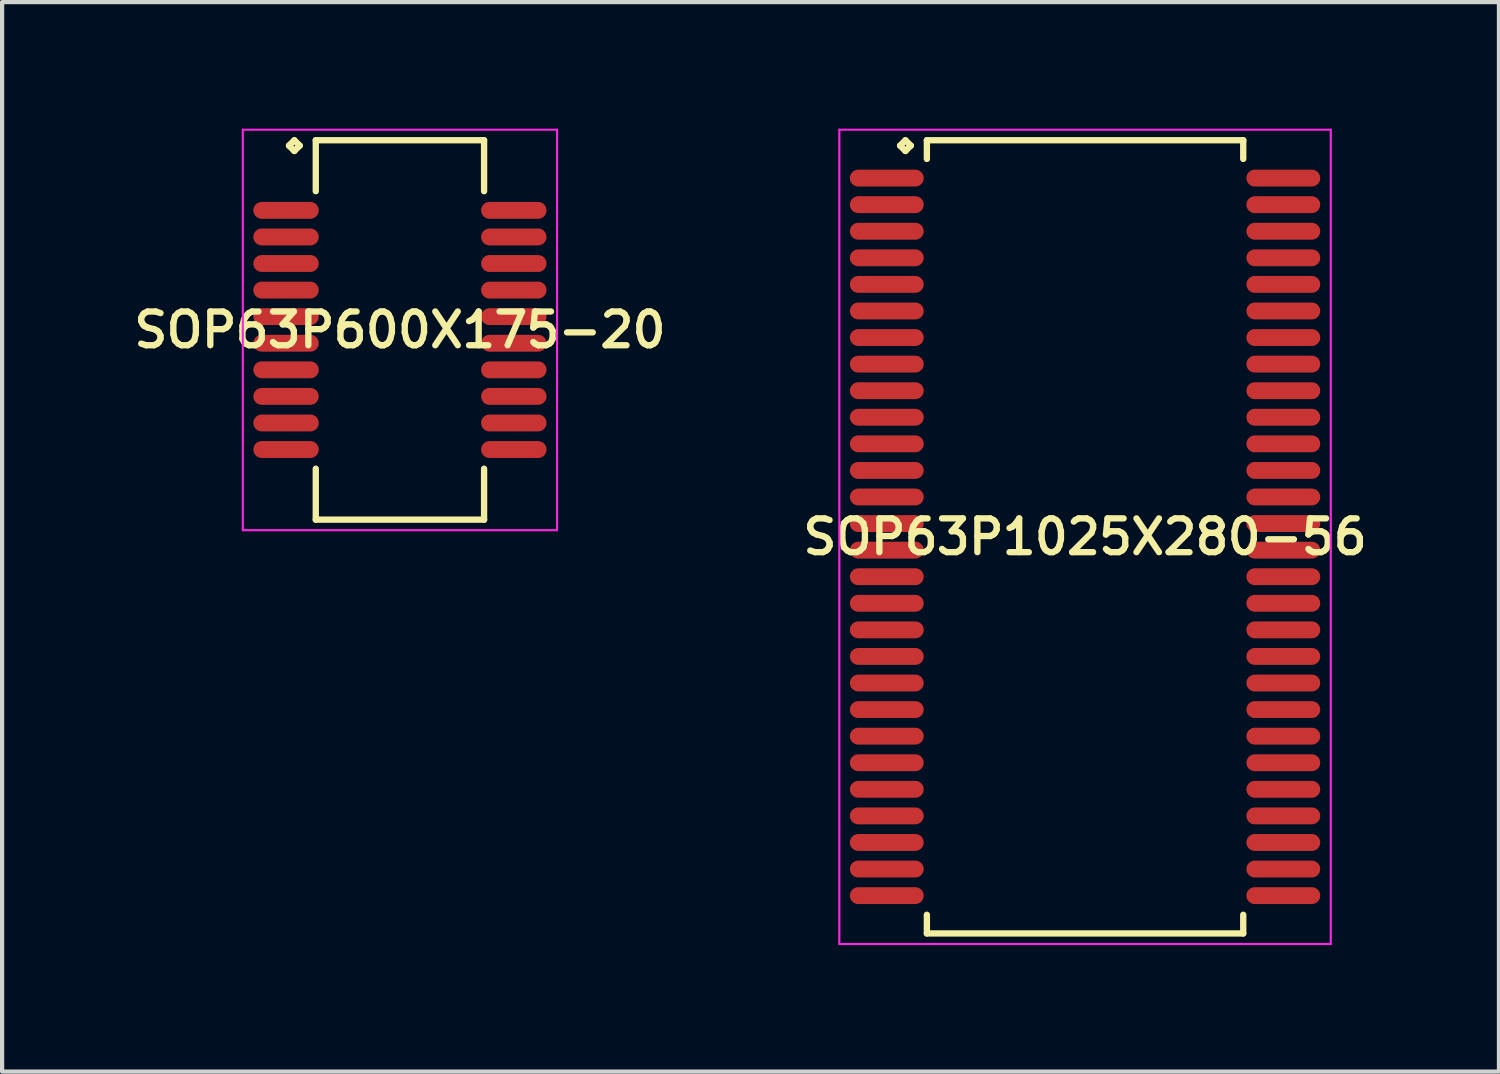
<source format=kicad_pcb>
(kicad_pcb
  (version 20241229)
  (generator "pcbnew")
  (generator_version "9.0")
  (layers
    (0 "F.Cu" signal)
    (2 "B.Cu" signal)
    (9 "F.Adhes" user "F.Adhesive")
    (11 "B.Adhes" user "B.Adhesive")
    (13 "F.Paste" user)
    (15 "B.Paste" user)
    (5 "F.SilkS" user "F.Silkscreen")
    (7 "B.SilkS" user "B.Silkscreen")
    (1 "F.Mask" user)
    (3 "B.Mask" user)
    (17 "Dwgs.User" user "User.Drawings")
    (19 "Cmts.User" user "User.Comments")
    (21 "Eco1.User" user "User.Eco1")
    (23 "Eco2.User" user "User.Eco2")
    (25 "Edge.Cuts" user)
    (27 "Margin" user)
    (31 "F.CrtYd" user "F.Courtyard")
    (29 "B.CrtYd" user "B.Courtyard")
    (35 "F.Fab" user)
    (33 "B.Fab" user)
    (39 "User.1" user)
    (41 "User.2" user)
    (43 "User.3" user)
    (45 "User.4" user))
  (footprint "SOP63P1025X280-56"
    (layer "F.Cu")
    (at 22.673 9.677)
    (property "Reference" "SOP63P1025X280-56" (at 0 0 0) (layer "F.SilkS") (effects (font (size 0.8 0.8) (thickness 0.15))))
    (attr smd)
    (fp_line (start -4.385 -9.275) (end -4.258 -9.402) (stroke (width 0.15) (type solid)) (layer "F.SilkS"))
    (fp_line (start -4.258 -9.402) (end -4.131 -9.275) (stroke (width 0.15) (type solid)) (layer "F.SilkS"))
    (fp_line (start -4.258 -9.148) (end -4.385 -9.275) (stroke (width 0.15) (type solid)) (layer "F.SilkS"))
    (fp_line (start -4.131 -9.275) (end -4.258 -9.148) (stroke (width 0.15) (type solid)) (layer "F.SilkS"))
    (fp_line (start -3.75 -9.402) (end 3.75 -9.402) (stroke (width 0.15) (type solid)) (layer "F.SilkS"))
    (fp_line (start -3.75 -8.959) (end -3.75 -9.402) (stroke (width 0.15) (type solid)) (layer "F.SilkS"))
    (fp_line (start -3.75 8.959) (end -3.75 9.402) (stroke (width 0.15) (type solid)) (layer "F.SilkS"))
    (fp_line (start -3.75 9.402) (end 3.75 9.402) (stroke (width 0.15) (type solid)) (layer "F.SilkS"))
    (fp_line (start 3.75 -9.402) (end 3.75 -8.959) (stroke (width 0.15) (type solid)) (layer "F.SilkS"))
    (fp_line (start 3.75 9.402) (end 3.75 8.959) (stroke (width 0.15) (type solid)) (layer "F.SilkS"))
    (fp_line (start -5.825 -9.652) (end 5.825 -9.652) (stroke (width 0.05) (type solid)) (layer "F.CrtYd"))
    (fp_line (start -5.825 9.652) (end -5.825 -9.652) (stroke (width 0.05) (type solid)) (layer "F.CrtYd"))
    (fp_line (start 5.825 -9.652) (end 5.825 9.652) (stroke (width 0.05) (type solid)) (layer "F.CrtYd"))
    (fp_line (start 5.825 9.652) (end -5.825 9.652) (stroke (width 0.05) (type solid)) (layer "F.CrtYd"))
    (pad "1" smd oval (at -4.7 -8.505) (size 1.75 0.4) (layers "F.Cu" "F.Mask" "F.Paste"))
    (pad "2" smd oval (at -4.7 -7.875) (size 1.75 0.4) (layers "F.Cu" "F.Mask" "F.Paste"))
    (pad "3" smd oval (at -4.7 -7.245) (size 1.75 0.4) (layers "F.Cu" "F.Mask" "F.Paste"))
    (pad "4" smd oval (at -4.7 -6.615) (size 1.75 0.4) (layers "F.Cu" "F.Mask" "F.Paste"))
    (pad "5" smd oval (at -4.7 -5.985) (size 1.75 0.4) (layers "F.Cu" "F.Mask" "F.Paste"))
    (pad "6" smd oval (at -4.7 -5.355) (size 1.75 0.4) (layers "F.Cu" "F.Mask" "F.Paste"))
    (pad "7" smd oval (at -4.7 -4.725) (size 1.75 0.4) (layers "F.Cu" "F.Mask" "F.Paste"))
    (pad "8" smd oval (at -4.7 -4.095) (size 1.75 0.4) (layers "F.Cu" "F.Mask" "F.Paste"))
    (pad "9" smd oval (at -4.7 -3.465) (size 1.75 0.4) (layers "F.Cu" "F.Mask" "F.Paste"))
    (pad "10" smd oval (at -4.7 -2.835) (size 1.75 0.4) (layers "F.Cu" "F.Mask" "F.Paste"))
    (pad "11" smd oval (at -4.7 -2.205) (size 1.75 0.4) (layers "F.Cu" "F.Mask" "F.Paste"))
    (pad "12" smd oval (at -4.7 -1.575) (size 1.75 0.4) (layers "F.Cu" "F.Mask" "F.Paste"))
    (pad "13" smd oval (at -4.7 -0.945) (size 1.75 0.4) (layers "F.Cu" "F.Mask" "F.Paste"))
    (pad "14" smd oval (at -4.7 -0.315) (size 1.75 0.4) (layers "F.Cu" "F.Mask" "F.Paste"))
    (pad "15" smd oval (at -4.7 0.315) (size 1.75 0.4) (layers "F.Cu" "F.Mask" "F.Paste"))
    (pad "16" smd oval (at -4.7 0.945) (size 1.75 0.4) (layers "F.Cu" "F.Mask" "F.Paste"))
    (pad "17" smd oval (at -4.7 1.575) (size 1.75 0.4) (layers "F.Cu" "F.Mask" "F.Paste"))
    (pad "18" smd oval (at -4.7 2.205) (size 1.75 0.4) (layers "F.Cu" "F.Mask" "F.Paste"))
    (pad "19" smd oval (at -4.7 2.835) (size 1.75 0.4) (layers "F.Cu" "F.Mask" "F.Paste"))
    (pad "20" smd oval (at -4.7 3.465) (size 1.75 0.4) (layers "F.Cu" "F.Mask" "F.Paste"))
    (pad "21" smd oval (at -4.7 4.095) (size 1.75 0.4) (layers "F.Cu" "F.Mask" "F.Paste"))
    (pad "22" smd oval (at -4.7 4.725) (size 1.75 0.4) (layers "F.Cu" "F.Mask" "F.Paste"))
    (pad "23" smd oval (at -4.7 5.355) (size 1.75 0.4) (layers "F.Cu" "F.Mask" "F.Paste"))
    (pad "24" smd oval (at -4.7 5.985) (size 1.75 0.4) (layers "F.Cu" "F.Mask" "F.Paste"))
    (pad "25" smd oval (at -4.7 6.615) (size 1.75 0.4) (layers "F.Cu" "F.Mask" "F.Paste"))
    (pad "26" smd oval (at -4.7 7.245) (size 1.75 0.4) (layers "F.Cu" "F.Mask" "F.Paste"))
    (pad "27" smd oval (at -4.7 7.875) (size 1.75 0.4) (layers "F.Cu" "F.Mask" "F.Paste"))
    (pad "28" smd oval (at -4.7 8.505) (size 1.75 0.4) (layers "F.Cu" "F.Mask" "F.Paste"))
    (pad "29" smd oval (at 4.7 8.505) (size 1.75 0.4) (layers "F.Cu" "F.Mask" "F.Paste"))
    (pad "30" smd oval (at 4.7 7.875) (size 1.75 0.4) (layers "F.Cu" "F.Mask" "F.Paste"))
    (pad "31" smd oval (at 4.7 7.245) (size 1.75 0.4) (layers "F.Cu" "F.Mask" "F.Paste"))
    (pad "32" smd oval (at 4.7 6.615) (size 1.75 0.4) (layers "F.Cu" "F.Mask" "F.Paste"))
    (pad "33" smd oval (at 4.7 5.985) (size 1.75 0.4) (layers "F.Cu" "F.Mask" "F.Paste"))
    (pad "34" smd oval (at 4.7 5.355) (size 1.75 0.4) (layers "F.Cu" "F.Mask" "F.Paste"))
    (pad "35" smd oval (at 4.7 4.725) (size 1.75 0.4) (layers "F.Cu" "F.Mask" "F.Paste"))
    (pad "36" smd oval (at 4.7 4.095) (size 1.75 0.4) (layers "F.Cu" "F.Mask" "F.Paste"))
    (pad "37" smd oval (at 4.7 3.465) (size 1.75 0.4) (layers "F.Cu" "F.Mask" "F.Paste"))
    (pad "38" smd oval (at 4.7 2.835) (size 1.75 0.4) (layers "F.Cu" "F.Mask" "F.Paste"))
    (pad "39" smd oval (at 4.7 2.205) (size 1.75 0.4) (layers "F.Cu" "F.Mask" "F.Paste"))
    (pad "40" smd oval (at 4.7 1.575) (size 1.75 0.4) (layers "F.Cu" "F.Mask" "F.Paste"))
    (pad "41" smd oval (at 4.7 0.945) (size 1.75 0.4) (layers "F.Cu" "F.Mask" "F.Paste"))
    (pad "42" smd oval (at 4.7 0.315) (size 1.75 0.4) (layers "F.Cu" "F.Mask" "F.Paste"))
    (pad "43" smd oval (at 4.7 -0.315) (size 1.75 0.4) (layers "F.Cu" "F.Mask" "F.Paste"))
    (pad "44" smd oval (at 4.7 -0.945) (size 1.75 0.4) (layers "F.Cu" "F.Mask" "F.Paste"))
    (pad "45" smd oval (at 4.7 -1.575) (size 1.75 0.4) (layers "F.Cu" "F.Mask" "F.Paste"))
    (pad "46" smd oval (at 4.7 -2.205) (size 1.75 0.4) (layers "F.Cu" "F.Mask" "F.Paste"))
    (pad "47" smd oval (at 4.7 -2.835) (size 1.75 0.4) (layers "F.Cu" "F.Mask" "F.Paste"))
    (pad "48" smd oval (at 4.7 -3.465) (size 1.75 0.4) (layers "F.Cu" "F.Mask" "F.Paste"))
    (pad "49" smd oval (at 4.7 -4.095) (size 1.75 0.4) (layers "F.Cu" "F.Mask" "F.Paste"))
    (pad "50" smd oval (at 4.7 -4.725) (size 1.75 0.4) (layers "F.Cu" "F.Mask" "F.Paste"))
    (pad "51" smd oval (at 4.7 -5.355) (size 1.75 0.4) (layers "F.Cu" "F.Mask" "F.Paste"))
    (pad "52" smd oval (at 4.7 -5.985) (size 1.75 0.4) (layers "F.Cu" "F.Mask" "F.Paste"))
    (pad "53" smd oval (at 4.7 -6.615) (size 1.75 0.4) (layers "F.Cu" "F.Mask" "F.Paste"))
    (pad "54" smd oval (at 4.7 -7.245) (size 1.75 0.4) (layers "F.Cu" "F.Mask" "F.Paste"))
    (pad "55" smd oval (at 4.7 -7.875) (size 1.75 0.4) (layers "F.Cu" "F.Mask" "F.Paste"))
    (pad "56" smd oval (at 4.7 -8.505) (size 1.75 0.4) (layers "F.Cu" "F.Mask" "F.Paste")))
  (footprint "SOP63P600X175-20"
    (layer "F.Cu")
    (at 6.431 4.772)
    (property "Reference" "SOP63P600X175-20" (at 0 0 0) (layer "F.SilkS") (effects (font (size 0.8 0.8) (thickness 0.15))))
    (attr smd)
    (fp_line (start -2.63 -4.37) (end -2.503 -4.497) (stroke (width 0.15) (type solid)) (layer "F.SilkS"))
    (fp_line (start -2.503 -4.497) (end -2.376 -4.37) (stroke (width 0.15) (type solid)) (layer "F.SilkS"))
    (fp_line (start -2.503 -4.243) (end -2.63 -4.37) (stroke (width 0.15) (type solid)) (layer "F.SilkS"))
    (fp_line (start -2.376 -4.37) (end -2.503 -4.243) (stroke (width 0.15) (type solid)) (layer "F.SilkS"))
    (fp_line (start -1.995 -4.497) (end 1.995 -4.497) (stroke (width 0.15) (type solid)) (layer "F.SilkS"))
    (fp_line (start -1.995 -3.289) (end -1.995 -4.497) (stroke (width 0.15) (type solid)) (layer "F.SilkS"))
    (fp_line (start -1.995 3.289) (end -1.995 4.497) (stroke (width 0.15) (type solid)) (layer "F.SilkS"))
    (fp_line (start -1.995 4.497) (end 1.995 4.497) (stroke (width 0.15) (type solid)) (layer "F.SilkS"))
    (fp_line (start 1.995 -4.497) (end 1.995 -3.289) (stroke (width 0.15) (type solid)) (layer "F.SilkS"))
    (fp_line (start 1.995 4.497) (end 1.995 3.289) (stroke (width 0.15) (type solid)) (layer "F.SilkS"))
    (fp_line (start -3.725 -4.747) (end 3.725 -4.747) (stroke (width 0.05) (type solid)) (layer "F.CrtYd"))
    (fp_line (start -3.725 4.747) (end -3.725 -4.747) (stroke (width 0.05) (type solid)) (layer "F.CrtYd"))
    (fp_line (start 3.725 -4.747) (end 3.725 4.747) (stroke (width 0.05) (type solid)) (layer "F.CrtYd"))
    (fp_line (start 3.725 4.747) (end -3.725 4.747) (stroke (width 0.05) (type solid)) (layer "F.CrtYd"))
    (pad "1" smd oval (at -2.7 -2.835) (size 1.55 0.4) (layers "F.Cu" "F.Mask" "F.Paste"))
    (pad "2" smd oval (at -2.7 -2.205) (size 1.55 0.4) (layers "F.Cu" "F.Mask" "F.Paste"))
    (pad "3" smd oval (at -2.7 -1.575) (size 1.55 0.4) (layers "F.Cu" "F.Mask" "F.Paste"))
    (pad "4" smd oval (at -2.7 -0.945) (size 1.55 0.4) (layers "F.Cu" "F.Mask" "F.Paste"))
    (pad "5" smd oval (at -2.7 -0.315) (size 1.55 0.4) (layers "F.Cu" "F.Mask" "F.Paste"))
    (pad "6" smd oval (at -2.7 0.315) (size 1.55 0.4) (layers "F.Cu" "F.Mask" "F.Paste"))
    (pad "7" smd oval (at -2.7 0.945) (size 1.55 0.4) (layers "F.Cu" "F.Mask" "F.Paste"))
    (pad "8" smd oval (at -2.7 1.575) (size 1.55 0.4) (layers "F.Cu" "F.Mask" "F.Paste"))
    (pad "9" smd oval (at -2.7 2.205) (size 1.55 0.4) (layers "F.Cu" "F.Mask" "F.Paste"))
    (pad "10" smd oval (at -2.7 2.835) (size 1.55 0.4) (layers "F.Cu" "F.Mask" "F.Paste"))
    (pad "11" smd oval (at 2.7 2.835) (size 1.55 0.4) (layers "F.Cu" "F.Mask" "F.Paste"))
    (pad "12" smd oval (at 2.7 2.205) (size 1.55 0.4) (layers "F.Cu" "F.Mask" "F.Paste"))
    (pad "13" smd oval (at 2.7 1.575) (size 1.55 0.4) (layers "F.Cu" "F.Mask" "F.Paste"))
    (pad "14" smd oval (at 2.7 0.945) (size 1.55 0.4) (layers "F.Cu" "F.Mask" "F.Paste"))
    (pad "15" smd oval (at 2.7 0.315) (size 1.55 0.4) (layers "F.Cu" "F.Mask" "F.Paste"))
    (pad "16" smd oval (at 2.7 -0.315) (size 1.55 0.4) (layers "F.Cu" "F.Mask" "F.Paste"))
    (pad "17" smd oval (at 2.7 -0.945) (size 1.55 0.4) (layers "F.Cu" "F.Mask" "F.Paste"))
    (pad "18" smd oval (at 2.7 -1.575) (size 1.55 0.4) (layers "F.Cu" "F.Mask" "F.Paste"))
    (pad "19" smd oval (at 2.7 -2.205) (size 1.55 0.4) (layers "F.Cu" "F.Mask" "F.Paste"))
    (pad "20" smd oval (at 2.7 -2.835) (size 1.55 0.4) (layers "F.Cu" "F.Mask" "F.Paste")))
  (gr_rect
    (start -3 -3)
    (end 32.485 22.354)
    (stroke (width 0.1) (type default))
    (fill no)
    (layer "Edge.Cuts")))
</source>
